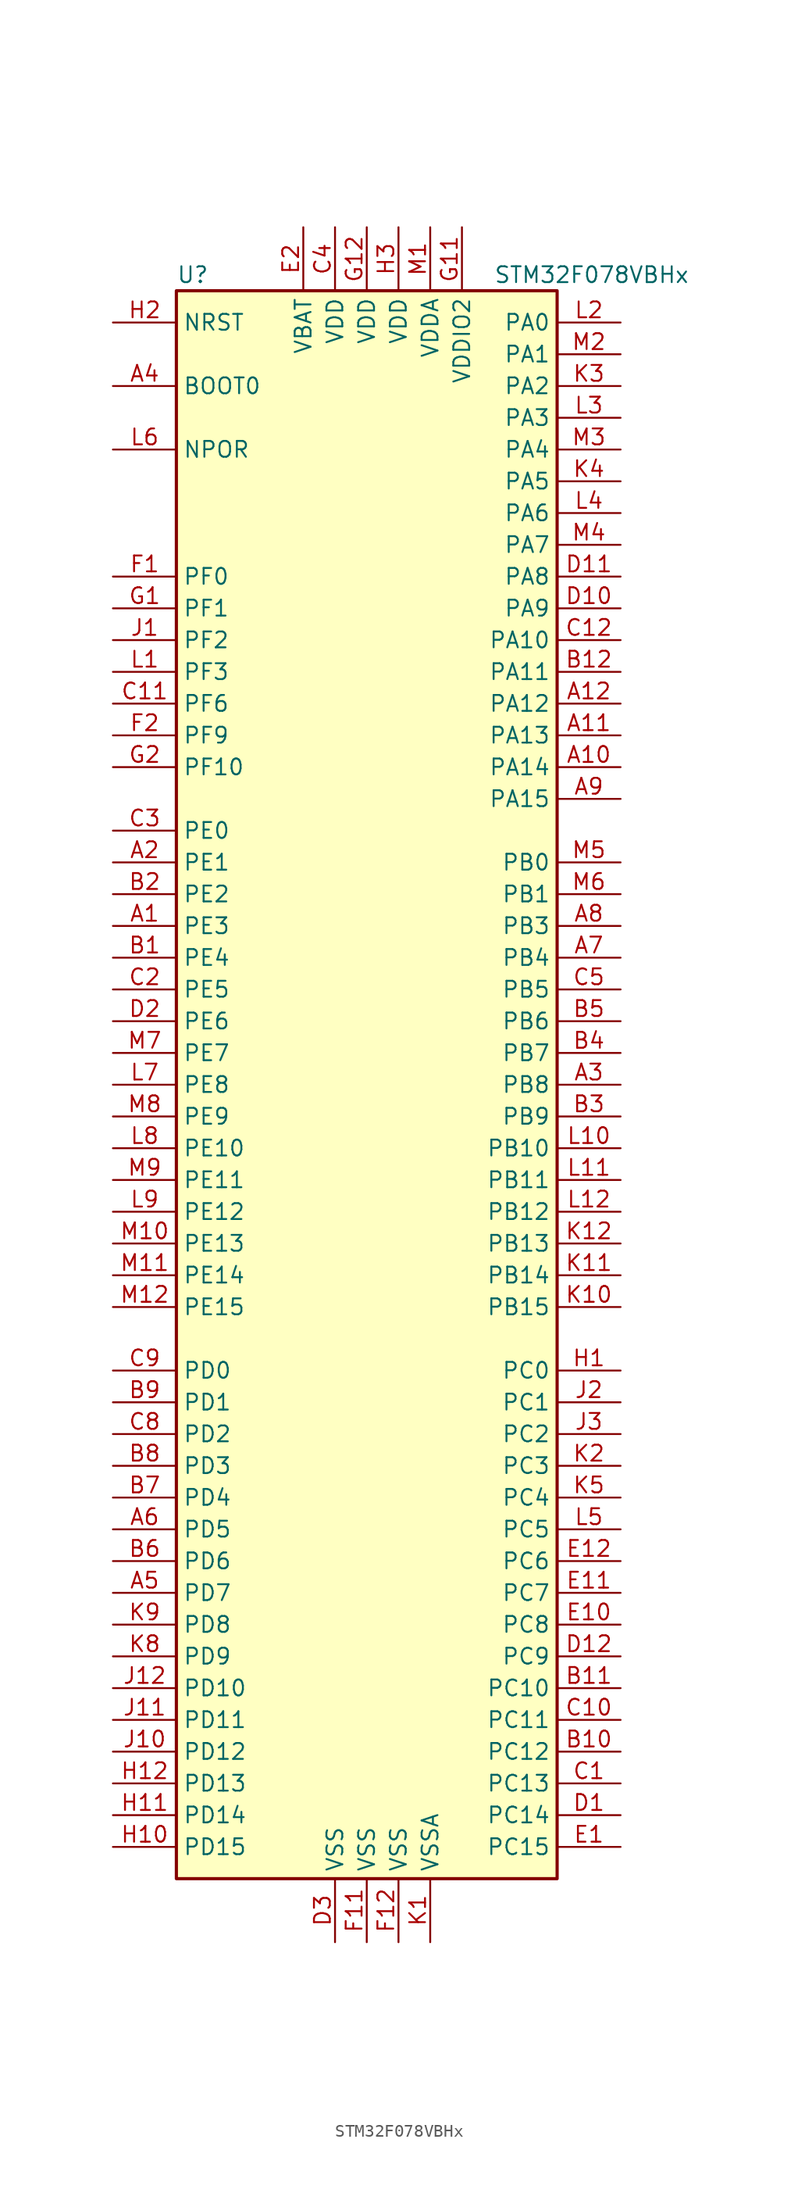
<source format=kicad_sym>
(kicad_symbol_lib
  (version 20201005)
  (generator kicad_symbol_editor)
  (symbol "MCU_ST_STM32F0:STM32F078VBHx"
    (property "Reference" "U"
      (at -15.24 64.77 0)
      (effects (font (size 1.27 1.27)) (justify left)))
    (property "Value" "STM32F078VBHx"
      (at 10.16 64.77 0)
      (effects (font (size 1.27 1.27)) (justify left)))
    (symbol "STM32F078VBHx_0_1"
      (rectangle (start -15.24 -63.5) (end 15.24 63.5) (stroke (width 0.254)) (fill (type background))))
    (symbol "STM32F078VBHx_1_1"
      (pin bidirectional line (at -20.32 12.7 0) (length 5.08) (name "PE3" (effects (font (size 1.27 1.27)))) (number "A1" (effects (font (size 1.27 1.27)))))
      (pin bidirectional line (at 20.32 25.4 180) (length 5.08) (name "PA14" (effects (font (size 1.27 1.27)))) (number "A10" (effects (font (size 1.27 1.27)))))
      (pin bidirectional line (at 20.32 27.94 180) (length 5.08) (name "PA13" (effects (font (size 1.27 1.27)))) (number "A11" (effects (font (size 1.27 1.27)))))
      (pin bidirectional line (at 20.32 30.48 180) (length 5.08) (name "PA12" (effects (font (size 1.27 1.27)))) (number "A12" (effects (font (size 1.27 1.27)))))
      (pin bidirectional line (at -20.32 17.78 0) (length 5.08) (name "PE1" (effects (font (size 1.27 1.27)))) (number "A2" (effects (font (size 1.27 1.27)))))
      (pin bidirectional line (at 20.32 0 180) (length 5.08) (name "PB8" (effects (font (size 1.27 1.27)))) (number "A3" (effects (font (size 1.27 1.27)))))
      (pin input line (at -20.32 55.88 0) (length 5.08) (name "BOOT0" (effects (font (size 1.27 1.27)))) (number "A4" (effects (font (size 1.27 1.27)))))
      (pin bidirectional line (at -20.32 -40.64 0) (length 5.08) (name "PD7" (effects (font (size 1.27 1.27)))) (number "A5" (effects (font (size 1.27 1.27)))))
      (pin bidirectional line (at -20.32 -35.56 0) (length 5.08) (name "PD5" (effects (font (size 1.27 1.27)))) (number "A6" (effects (font (size 1.27 1.27)))))
      (pin bidirectional line (at 20.32 10.16 180) (length 5.08) (name "PB4" (effects (font (size 1.27 1.27)))) (number "A7" (effects (font (size 1.27 1.27)))))
      (pin bidirectional line (at 20.32 12.7 180) (length 5.08) (name "PB3" (effects (font (size 1.27 1.27)))) (number "A8" (effects (font (size 1.27 1.27)))))
      (pin bidirectional line (at 20.32 22.86 180) (length 5.08) (name "PA15" (effects (font (size 1.27 1.27)))) (number "A9" (effects (font (size 1.27 1.27)))))
      (pin bidirectional line (at -20.32 10.16 0) (length 5.08) (name "PE4" (effects (font (size 1.27 1.27)))) (number "B1" (effects (font (size 1.27 1.27)))))
      (pin bidirectional line (at 20.32 -53.34 180) (length 5.08) (name "PC12" (effects (font (size 1.27 1.27)))) (number "B10" (effects (font (size 1.27 1.27)))))
      (pin bidirectional line (at 20.32 -48.26 180) (length 5.08) (name "PC10" (effects (font (size 1.27 1.27)))) (number "B11" (effects (font (size 1.27 1.27)))))
      (pin bidirectional line (at 20.32 33.02 180) (length 5.08) (name "PA11" (effects (font (size 1.27 1.27)))) (number "B12" (effects (font (size 1.27 1.27)))))
      (pin bidirectional line (at -20.32 15.24 0) (length 5.08) (name "PE2" (effects (font (size 1.27 1.27)))) (number "B2" (effects (font (size 1.27 1.27)))))
      (pin bidirectional line (at 20.32 -2.54 180) (length 5.08) (name "PB9" (effects (font (size 1.27 1.27)))) (number "B3" (effects (font (size 1.27 1.27)))))
      (pin bidirectional line (at 20.32 2.54 180) (length 5.08) (name "PB7" (effects (font (size 1.27 1.27)))) (number "B4" (effects (font (size 1.27 1.27)))))
      (pin bidirectional line (at 20.32 5.08 180) (length 5.08) (name "PB6" (effects (font (size 1.27 1.27)))) (number "B5" (effects (font (size 1.27 1.27)))))
      (pin bidirectional line (at -20.32 -38.1 0) (length 5.08) (name "PD6" (effects (font (size 1.27 1.27)))) (number "B6" (effects (font (size 1.27 1.27)))))
      (pin bidirectional line (at -20.32 -33.02 0) (length 5.08) (name "PD4" (effects (font (size 1.27 1.27)))) (number "B7" (effects (font (size 1.27 1.27)))))
      (pin bidirectional line (at -20.32 -30.48 0) (length 5.08) (name "PD3" (effects (font (size 1.27 1.27)))) (number "B8" (effects (font (size 1.27 1.27)))))
      (pin bidirectional line (at -20.32 -25.4 0) (length 5.08) (name "PD1" (effects (font (size 1.27 1.27)))) (number "B9" (effects (font (size 1.27 1.27)))))
      (pin bidirectional line (at 20.32 -55.88 180) (length 5.08) (name "PC13" (effects (font (size 1.27 1.27)))) (number "C1" (effects (font (size 1.27 1.27)))))
      (pin bidirectional line (at 20.32 -50.8 180) (length 5.08) (name "PC11" (effects (font (size 1.27 1.27)))) (number "C10" (effects (font (size 1.27 1.27)))))
      (pin bidirectional line (at -20.32 30.48 0) (length 5.08) (name "PF6" (effects (font (size 1.27 1.27)))) (number "C11" (effects (font (size 1.27 1.27)))))
      (pin bidirectional line (at 20.32 35.56 180) (length 5.08) (name "PA10" (effects (font (size 1.27 1.27)))) (number "C12" (effects (font (size 1.27 1.27)))))
      (pin bidirectional line (at -20.32 7.62 0) (length 5.08) (name "PE5" (effects (font (size 1.27 1.27)))) (number "C2" (effects (font (size 1.27 1.27)))))
      (pin bidirectional line (at -20.32 20.32 0) (length 5.08) (name "PE0" (effects (font (size 1.27 1.27)))) (number "C3" (effects (font (size 1.27 1.27)))))
      (pin power_in line (at -2.54 68.58 270) (length 5.08) (name "VDD" (effects (font (size 1.27 1.27)))) (number "C4" (effects (font (size 1.27 1.27)))))
      (pin bidirectional line (at 20.32 7.62 180) (length 5.08) (name "PB5" (effects (font (size 1.27 1.27)))) (number "C5" (effects (font (size 1.27 1.27)))))
      (pin bidirectional line (at -20.32 -27.94 0) (length 5.08) (name "PD2" (effects (font (size 1.27 1.27)))) (number "C8" (effects (font (size 1.27 1.27)))))
      (pin bidirectional line (at -20.32 -22.86 0) (length 5.08) (name "PD0" (effects (font (size 1.27 1.27)))) (number "C9" (effects (font (size 1.27 1.27)))))
      (pin bidirectional line (at 20.32 -58.42 180) (length 5.08) (name "PC14" (effects (font (size 1.27 1.27)))) (number "D1" (effects (font (size 1.27 1.27)))))
      (pin bidirectional line (at 20.32 38.1 180) (length 5.08) (name "PA9" (effects (font (size 1.27 1.27)))) (number "D10" (effects (font (size 1.27 1.27)))))
      (pin bidirectional line (at 20.32 40.64 180) (length 5.08) (name "PA8" (effects (font (size 1.27 1.27)))) (number "D11" (effects (font (size 1.27 1.27)))))
      (pin bidirectional line (at 20.32 -45.72 180) (length 5.08) (name "PC9" (effects (font (size 1.27 1.27)))) (number "D12" (effects (font (size 1.27 1.27)))))
      (pin bidirectional line (at -20.32 5.08 0) (length 5.08) (name "PE6" (effects (font (size 1.27 1.27)))) (number "D2" (effects (font (size 1.27 1.27)))))
      (pin power_in line (at -2.54 -68.58 90) (length 5.08) (name "VSS" (effects (font (size 1.27 1.27)))) (number "D3" (effects (font (size 1.27 1.27)))))
      (pin bidirectional line (at 20.32 -60.96 180) (length 5.08) (name "PC15" (effects (font (size 1.27 1.27)))) (number "E1" (effects (font (size 1.27 1.27)))))
      (pin bidirectional line (at 20.32 -43.18 180) (length 5.08) (name "PC8" (effects (font (size 1.27 1.27)))) (number "E10" (effects (font (size 1.27 1.27)))))
      (pin bidirectional line (at 20.32 -40.64 180) (length 5.08) (name "PC7" (effects (font (size 1.27 1.27)))) (number "E11" (effects (font (size 1.27 1.27)))))
      (pin bidirectional line (at 20.32 -38.1 180) (length 5.08) (name "PC6" (effects (font (size 1.27 1.27)))) (number "E12" (effects (font (size 1.27 1.27)))))
      (pin power_in line (at -5.08 68.58 270) (length 5.08) (name "VBAT" (effects (font (size 1.27 1.27)))) (number "E2" (effects (font (size 1.27 1.27)))))
      (pin no_connect line (at -15.24 -60.96 0) (length 5.08) hide (name "NC" (effects (font (size 1.27 1.27)))) (number "E3" (effects (font (size 1.27 1.27)))))
      (pin input line (at -20.32 40.64 0) (length 5.08) (name "PF0" (effects (font (size 1.27 1.27)))) (number "F1" (effects (font (size 1.27 1.27)))))
      (pin power_in line (at 0 -68.58 90) (length 5.08) (name "VSS" (effects (font (size 1.27 1.27)))) (number "F11" (effects (font (size 1.27 1.27)))))
      (pin power_in line (at 2.54 -68.58 90) (length 5.08) (name "VSS" (effects (font (size 1.27 1.27)))) (number "F12" (effects (font (size 1.27 1.27)))))
      (pin bidirectional line (at -20.32 27.94 0) (length 5.08) (name "PF9" (effects (font (size 1.27 1.27)))) (number "F2" (effects (font (size 1.27 1.27)))))
      (pin input line (at -20.32 38.1 0) (length 5.08) (name "PF1" (effects (font (size 1.27 1.27)))) (number "G1" (effects (font (size 1.27 1.27)))))
      (pin power_in line (at 7.62 68.58 270) (length 5.08) (name "VDDIO2" (effects (font (size 1.27 1.27)))) (number "G11" (effects (font (size 1.27 1.27)))))
      (pin power_in line (at 0 68.58 270) (length 5.08) (name "VDD" (effects (font (size 1.27 1.27)))) (number "G12" (effects (font (size 1.27 1.27)))))
      (pin bidirectional line (at -20.32 25.4 0) (length 5.08) (name "PF10" (effects (font (size 1.27 1.27)))) (number "G2" (effects (font (size 1.27 1.27)))))
      (pin bidirectional line (at 20.32 -22.86 180) (length 5.08) (name "PC0" (effects (font (size 1.27 1.27)))) (number "H1" (effects (font (size 1.27 1.27)))))
      (pin bidirectional line (at -20.32 -60.96 0) (length 5.08) (name "PD15" (effects (font (size 1.27 1.27)))) (number "H10" (effects (font (size 1.27 1.27)))))
      (pin bidirectional line (at -20.32 -58.42 0) (length 5.08) (name "PD14" (effects (font (size 1.27 1.27)))) (number "H11" (effects (font (size 1.27 1.27)))))
      (pin bidirectional line (at -20.32 -55.88 0) (length 5.08) (name "PD13" (effects (font (size 1.27 1.27)))) (number "H12" (effects (font (size 1.27 1.27)))))
      (pin input line (at -20.32 60.96 0) (length 5.08) (name "NRST" (effects (font (size 1.27 1.27)))) (number "H2" (effects (font (size 1.27 1.27)))))
      (pin power_in line (at 2.54 68.58 270) (length 5.08) (name "VDD" (effects (font (size 1.27 1.27)))) (number "H3" (effects (font (size 1.27 1.27)))))
      (pin bidirectional line (at -20.32 35.56 0) (length 5.08) (name "PF2" (effects (font (size 1.27 1.27)))) (number "J1" (effects (font (size 1.27 1.27)))))
      (pin bidirectional line (at -20.32 -53.34 0) (length 5.08) (name "PD12" (effects (font (size 1.27 1.27)))) (number "J10" (effects (font (size 1.27 1.27)))))
      (pin bidirectional line (at -20.32 -50.8 0) (length 5.08) (name "PD11" (effects (font (size 1.27 1.27)))) (number "J11" (effects (font (size 1.27 1.27)))))
      (pin bidirectional line (at -20.32 -48.26 0) (length 5.08) (name "PD10" (effects (font (size 1.27 1.27)))) (number "J12" (effects (font (size 1.27 1.27)))))
      (pin bidirectional line (at 20.32 -25.4 180) (length 5.08) (name "PC1" (effects (font (size 1.27 1.27)))) (number "J2" (effects (font (size 1.27 1.27)))))
      (pin bidirectional line (at 20.32 -27.94 180) (length 5.08) (name "PC2" (effects (font (size 1.27 1.27)))) (number "J3" (effects (font (size 1.27 1.27)))))
      (pin power_in line (at 5.08 -68.58 90) (length 5.08) (name "VSSA" (effects (font (size 1.27 1.27)))) (number "K1" (effects (font (size 1.27 1.27)))))
      (pin bidirectional line (at 20.32 -17.78 180) (length 5.08) (name "PB15" (effects (font (size 1.27 1.27)))) (number "K10" (effects (font (size 1.27 1.27)))))
      (pin bidirectional line (at 20.32 -15.24 180) (length 5.08) (name "PB14" (effects (font (size 1.27 1.27)))) (number "K11" (effects (font (size 1.27 1.27)))))
      (pin bidirectional line (at 20.32 -12.7 180) (length 5.08) (name "PB13" (effects (font (size 1.27 1.27)))) (number "K12" (effects (font (size 1.27 1.27)))))
      (pin bidirectional line (at 20.32 -30.48 180) (length 5.08) (name "PC3" (effects (font (size 1.27 1.27)))) (number "K2" (effects (font (size 1.27 1.27)))))
      (pin bidirectional line (at 20.32 55.88 180) (length 5.08) (name "PA2" (effects (font (size 1.27 1.27)))) (number "K3" (effects (font (size 1.27 1.27)))))
      (pin bidirectional line (at 20.32 48.26 180) (length 5.08) (name "PA5" (effects (font (size 1.27 1.27)))) (number "K4" (effects (font (size 1.27 1.27)))))
      (pin bidirectional line (at 20.32 -33.02 180) (length 5.08) (name "PC4" (effects (font (size 1.27 1.27)))) (number "K5" (effects (font (size 1.27 1.27)))))
      (pin bidirectional line (at -20.32 -45.72 0) (length 5.08) (name "PD9" (effects (font (size 1.27 1.27)))) (number "K8" (effects (font (size 1.27 1.27)))))
      (pin bidirectional line (at -20.32 -43.18 0) (length 5.08) (name "PD8" (effects (font (size 1.27 1.27)))) (number "K9" (effects (font (size 1.27 1.27)))))
      (pin bidirectional line (at -20.32 33.02 0) (length 5.08) (name "PF3" (effects (font (size 1.27 1.27)))) (number "L1" (effects (font (size 1.27 1.27)))))
      (pin bidirectional line (at 20.32 -5.08 180) (length 5.08) (name "PB10" (effects (font (size 1.27 1.27)))) (number "L10" (effects (font (size 1.27 1.27)))))
      (pin bidirectional line (at 20.32 -7.62 180) (length 5.08) (name "PB11" (effects (font (size 1.27 1.27)))) (number "L11" (effects (font (size 1.27 1.27)))))
      (pin bidirectional line (at 20.32 -10.16 180) (length 5.08) (name "PB12" (effects (font (size 1.27 1.27)))) (number "L12" (effects (font (size 1.27 1.27)))))
      (pin bidirectional line (at 20.32 60.96 180) (length 5.08) (name "PA0" (effects (font (size 1.27 1.27)))) (number "L2" (effects (font (size 1.27 1.27)))))
      (pin bidirectional line (at 20.32 53.34 180) (length 5.08) (name "PA3" (effects (font (size 1.27 1.27)))) (number "L3" (effects (font (size 1.27 1.27)))))
      (pin bidirectional line (at 20.32 45.72 180) (length 5.08) (name "PA6" (effects (font (size 1.27 1.27)))) (number "L4" (effects (font (size 1.27 1.27)))))
      (pin bidirectional line (at 20.32 -35.56 180) (length 5.08) (name "PC5" (effects (font (size 1.27 1.27)))) (number "L5" (effects (font (size 1.27 1.27)))))
      (pin power_in line (at -20.32 50.8 0) (length 5.08) (name "NPOR" (effects (font (size 1.27 1.27)))) (number "L6" (effects (font (size 1.27 1.27)))))
      (pin bidirectional line (at -20.32 0 0) (length 5.08) (name "PE8" (effects (font (size 1.27 1.27)))) (number "L7" (effects (font (size 1.27 1.27)))))
      (pin bidirectional line (at -20.32 -5.08 0) (length 5.08) (name "PE10" (effects (font (size 1.27 1.27)))) (number "L8" (effects (font (size 1.27 1.27)))))
      (pin bidirectional line (at -20.32 -10.16 0) (length 5.08) (name "PE12" (effects (font (size 1.27 1.27)))) (number "L9" (effects (font (size 1.27 1.27)))))
      (pin power_in line (at 5.08 68.58 270) (length 5.08) (name "VDDA" (effects (font (size 1.27 1.27)))) (number "M1" (effects (font (size 1.27 1.27)))))
      (pin bidirectional line (at -20.32 -12.7 0) (length 5.08) (name "PE13" (effects (font (size 1.27 1.27)))) (number "M10" (effects (font (size 1.27 1.27)))))
      (pin bidirectional line (at -20.32 -15.24 0) (length 5.08) (name "PE14" (effects (font (size 1.27 1.27)))) (number "M11" (effects (font (size 1.27 1.27)))))
      (pin bidirectional line (at -20.32 -17.78 0) (length 5.08) (name "PE15" (effects (font (size 1.27 1.27)))) (number "M12" (effects (font (size 1.27 1.27)))))
      (pin bidirectional line (at 20.32 58.42 180) (length 5.08) (name "PA1" (effects (font (size 1.27 1.27)))) (number "M2" (effects (font (size 1.27 1.27)))))
      (pin bidirectional line (at 20.32 50.8 180) (length 5.08) (name "PA4" (effects (font (size 1.27 1.27)))) (number "M3" (effects (font (size 1.27 1.27)))))
      (pin bidirectional line (at 20.32 43.18 180) (length 5.08) (name "PA7" (effects (font (size 1.27 1.27)))) (number "M4" (effects (font (size 1.27 1.27)))))
      (pin bidirectional line (at 20.32 17.78 180) (length 5.08) (name "PB0" (effects (font (size 1.27 1.27)))) (number "M5" (effects (font (size 1.27 1.27)))))
      (pin bidirectional line (at 20.32 15.24 180) (length 5.08) (name "PB1" (effects (font (size 1.27 1.27)))) (number "M6" (effects (font (size 1.27 1.27)))))
      (pin bidirectional line (at -20.32 2.54 0) (length 5.08) (name "PE7" (effects (font (size 1.27 1.27)))) (number "M7" (effects (font (size 1.27 1.27)))))
      (pin bidirectional line (at -20.32 -2.54 0) (length 5.08) (name "PE9" (effects (font (size 1.27 1.27)))) (number "M8" (effects (font (size 1.27 1.27)))))
      (pin bidirectional line (at -20.32 -7.62 0) (length 5.08) (name "PE11" (effects (font (size 1.27 1.27)))) (number "M9" (effects (font (size 1.27 1.27))))))))
</source>
